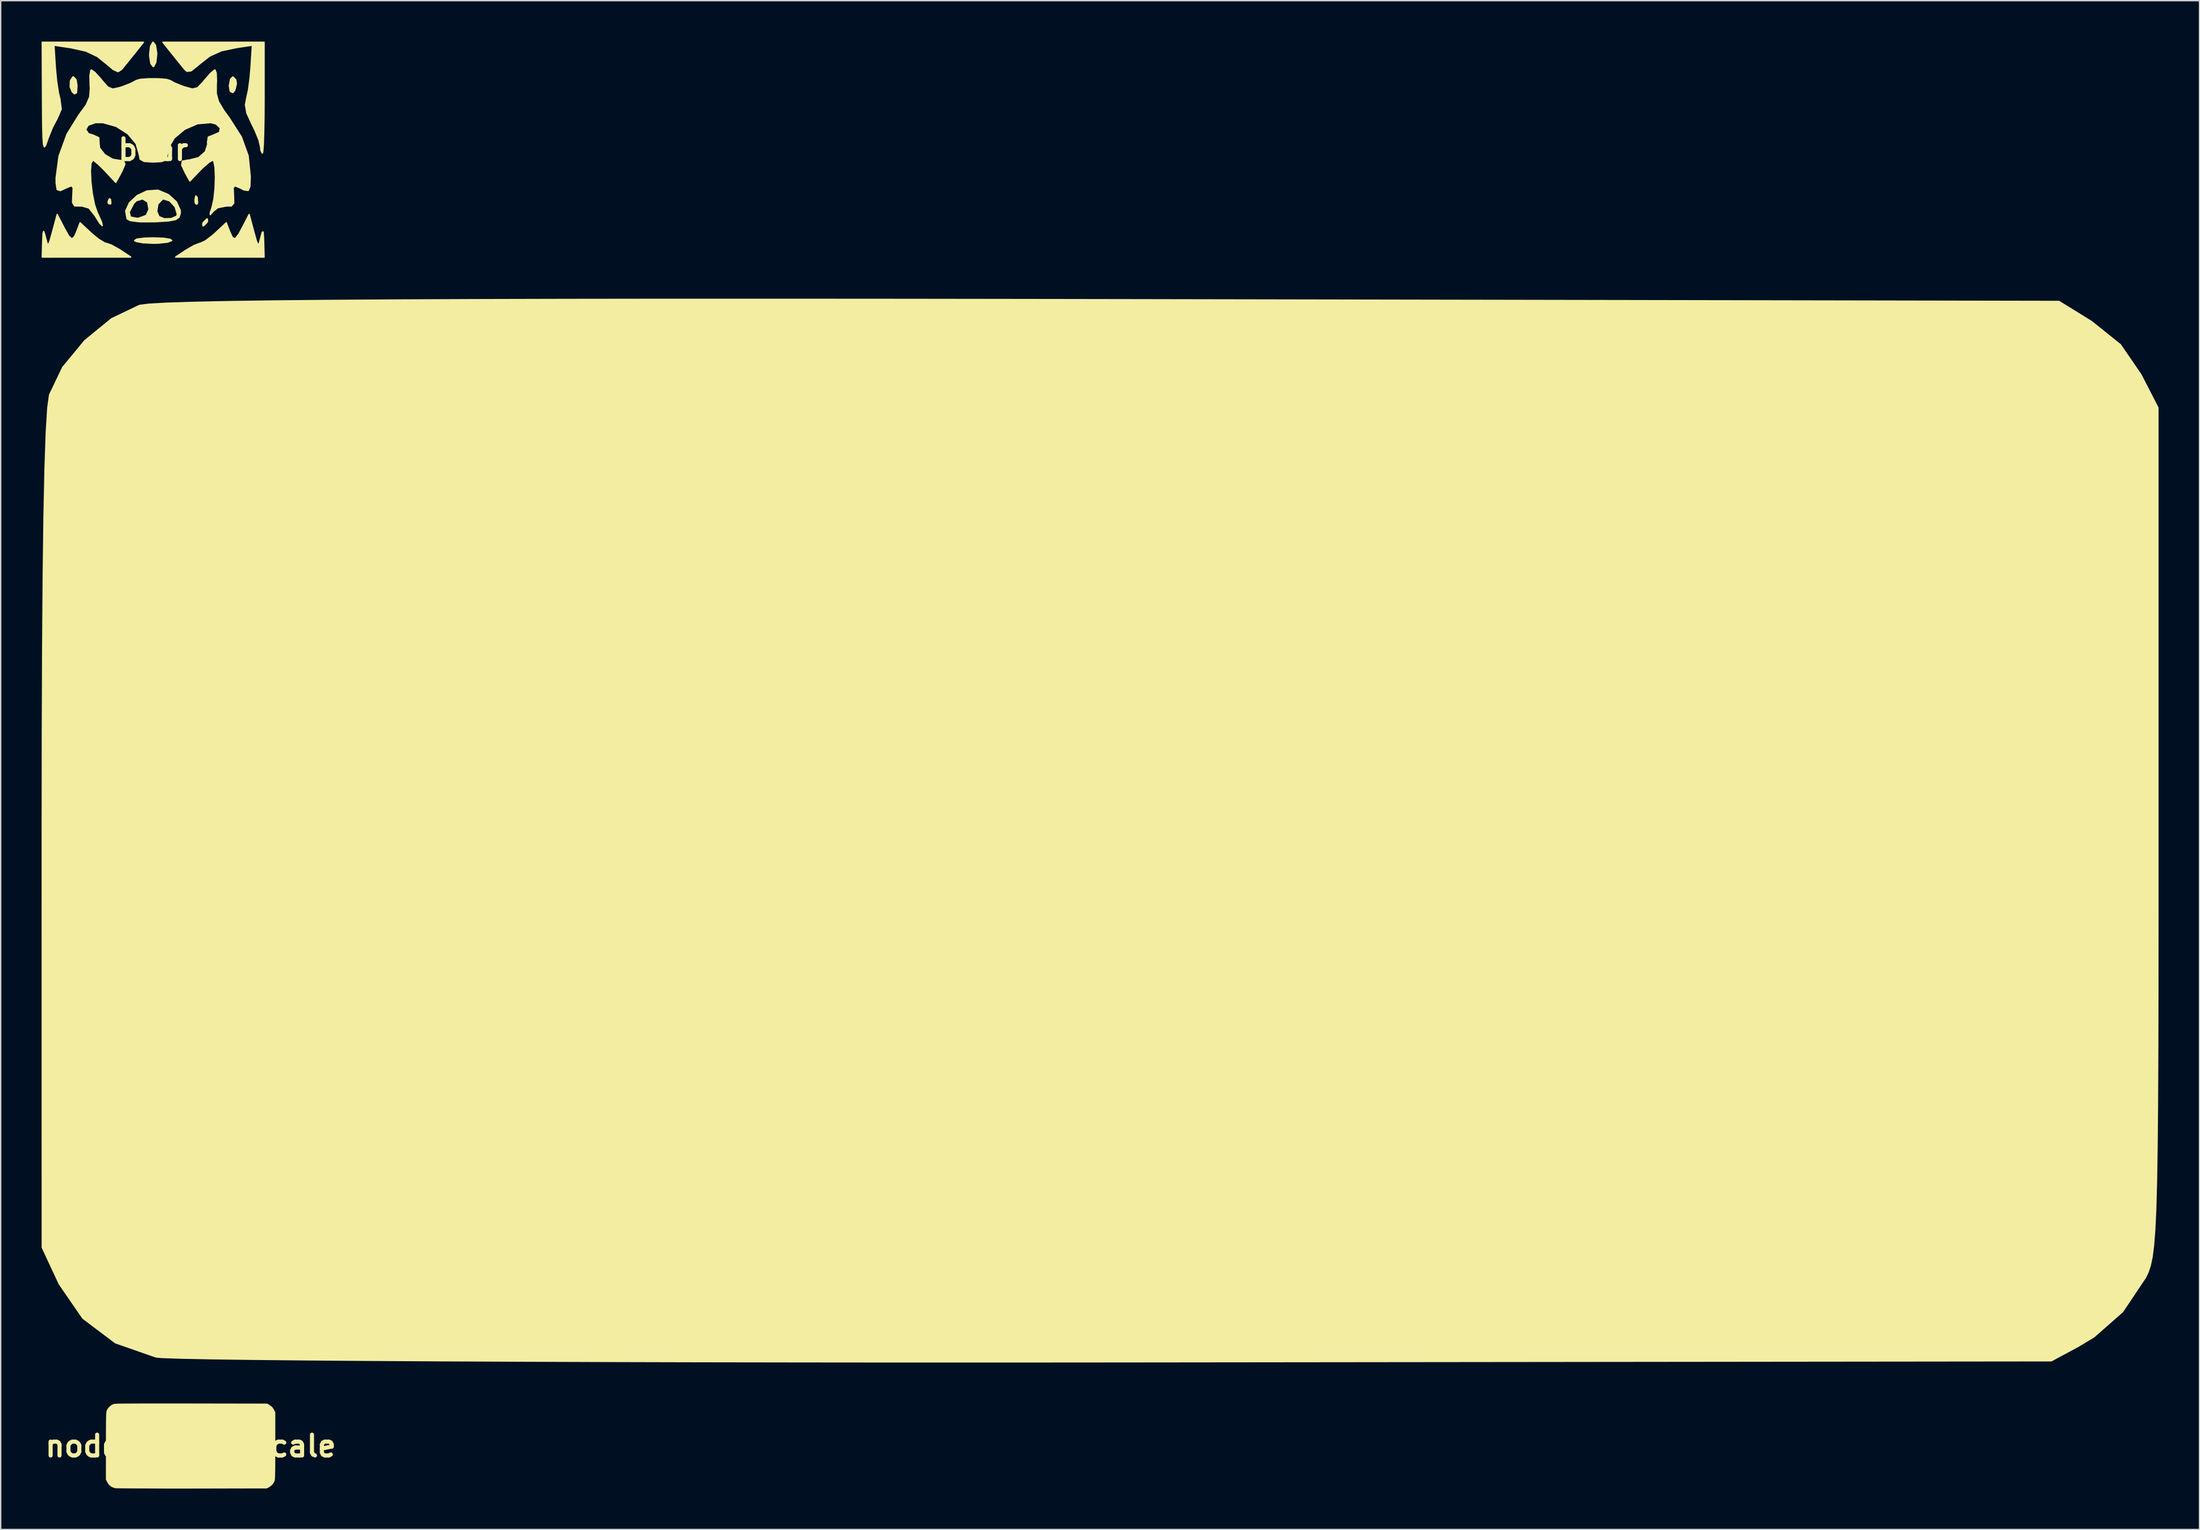
<source format=kicad_pcb>
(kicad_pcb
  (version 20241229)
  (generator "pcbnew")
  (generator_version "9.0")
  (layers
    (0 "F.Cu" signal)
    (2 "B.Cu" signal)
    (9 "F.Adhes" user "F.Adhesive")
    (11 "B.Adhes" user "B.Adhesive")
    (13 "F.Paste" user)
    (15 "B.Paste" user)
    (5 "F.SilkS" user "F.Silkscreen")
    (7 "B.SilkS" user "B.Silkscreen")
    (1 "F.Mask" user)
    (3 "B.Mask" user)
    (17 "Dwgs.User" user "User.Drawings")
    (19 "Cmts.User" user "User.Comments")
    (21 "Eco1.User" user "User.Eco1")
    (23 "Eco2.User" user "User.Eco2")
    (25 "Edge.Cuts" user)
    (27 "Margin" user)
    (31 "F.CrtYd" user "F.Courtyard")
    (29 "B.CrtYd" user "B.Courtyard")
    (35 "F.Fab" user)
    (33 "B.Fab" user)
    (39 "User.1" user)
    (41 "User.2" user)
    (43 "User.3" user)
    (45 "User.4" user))
  (footprint "boar"
    (layer "F.Cu")
    (at 8.178 7.924)
    (property "Reference" "boar" (at 0 0 0) (layer "F.SilkS") (effects (font (size 1.524 1.524) (thickness 0.3))))
    (attr through_hole)
    (fp_poly (pts (xy -3.102 3.942) (xy -3.133 3.979) (xy -3.284 3.944) (xy -3.302 3.81) (xy -3.209 3.601) (xy -3.133 3.641) (xy -3.102 3.942)) (stroke (width 0.1) (type solid)) (fill yes) (layer "F.SilkS"))
    (fp_poly (pts (xy 3.252 3.905) (xy 3.201 3.995) (xy 3.086 3.919) (xy 3.068 3.662) (xy 3.13 3.391) (xy 3.222 3.508) (xy 3.252 3.905)) (stroke (width 0.1) (type solid)) (fill yes) (layer "F.SilkS"))
    (fp_poly (pts (xy 3.984 5.244) (xy 3.937 5.334) (xy 3.698 5.577) (xy 3.653 5.588) (xy 3.636 5.424) (xy 3.683 5.334) (xy 3.922 5.091) (xy 3.967 5.08) (xy 3.984 5.244)) (stroke (width 0.1) (type solid)) (fill yes) (layer "F.SilkS"))
    (fp_poly (pts (xy 6.096 -4.841) (xy 5.979 -4.355) (xy 5.842 -4.191) (xy 5.654 -4.281) (xy 5.588 -4.684) (xy 5.673 -5.168) (xy 5.842 -5.334) (xy 6.05 -5.122) (xy 6.096 -4.841)) (stroke (width 0.1) (type solid)) (fill yes) (layer "F.SilkS"))
    (fp_poly (pts (xy -5.588 -4.699) (xy -5.622 -4.182) (xy -5.761 -4.097) (xy -5.927 -4.233) (xy -6.081 -4.606) (xy -6.063 -5.056) (xy -5.892 -5.325) (xy -5.842 -5.334) (xy -5.651 -5.117) (xy -5.588 -4.699)) (stroke (width 0.1) (type solid)) (fill yes) (layer "F.SilkS"))
    (fp_poly (pts (xy 0.254 -6.985) (xy 0.19 -6.397) (xy 0.033 -6.104) (xy 0 -6.096) (xy -0.168 -6.319) (xy -0.252 -6.868) (xy -0.254 -6.985) (xy -0.19 -7.573) (xy -0.033 -7.866) (xy 0 -7.874) (xy 0.168 -7.651) (xy 0.252 -7.102) (xy 0.254 -6.985)) (stroke (width 0.1) (type solid)) (fill yes) (layer "F.SilkS"))
    (fp_poly (pts (xy 1.36 6.663) (xy 1.057 6.777) (xy 0.421 6.847) (xy 0 6.858) (xy -0.744 6.821) (xy -1.249 6.728) (xy -1.36 6.663) (xy -1.198 6.56) (xy -0.653 6.489) (xy 0 6.469) (xy 0.766 6.498) (xy 1.255 6.576) (xy 1.36 6.663)) (stroke (width 0.1) (type solid)) (fill yes) (layer "F.SilkS"))
    (fp_poly (pts (xy -1.651 7.871) (xy -4.889 7.872) (xy -8.128 7.874) (xy -8.098 6.795) (xy -8.072 6.159) (xy -8.027 5.994) (xy -7.938 6.26) (xy -7.885 6.477) (xy -7.77 6.899) (xy -7.674 6.967) (xy -7.543 6.633) (xy -7.367 5.996) (xy -7.033 4.753) (xy -6.559 5.679) (xy -6.193 6.336) (xy -5.951 6.553) (xy -5.752 6.357) (xy -5.593 5.983) (xy -5.357 5.362) (xy -4.557 6.11) (xy -3.999 6.573) (xy -3.561 6.837) (xy -3.466 6.86) (xy -3.073 6.992) (xy -2.495 7.313) (xy -2.413 7.366) (xy -1.651 7.871)) (stroke (width 0.1) (type solid)) (fill yes) (layer "F.SilkS"))
    (fp_poly (pts (xy 8.128 7.874) (xy 4.889 7.872) (xy 1.651 7.871) (xy 2.413 7.366) (xy 2.999 7.027) (xy 3.431 6.863) (xy 3.466 6.86) (xy 3.818 6.697) (xy 4.353 6.293) (xy 4.557 6.11) (xy 5.357 5.362) (xy 5.593 5.983) (xy 5.811 6.456) (xy 6.014 6.533) (xy 6.284 6.189) (xy 6.559 5.679) (xy 7.033 4.753) (xy 7.367 5.996) (xy 7.567 6.71) (xy 7.689 6.982) (xy 7.785 6.857) (xy 7.885 6.477) (xy 7.999 6.05) (xy 8.058 6.039) (xy 8.088 6.484) (xy 8.098 6.795) (xy 8.128 7.874)) (stroke (width 0.1) (type solid)) (fill yes) (layer "F.SilkS"))
    (fp_poly (pts (xy -0.717 -7.874) (xy -1.378 -7.048) (xy -1.868 -6.44) (xy -2.256 -5.962) (xy -2.319 -5.885) (xy -2.58 -5.722) (xy -2.939 -5.888) (xy -3.267 -6.172) (xy -4.091 -6.835) (xy -4.934 -7.234) (xy -6.034 -7.478) (xy -6.114 -7.49) (xy -7.275 -7.664) (xy -7.176 -6.054) (xy -7.085 -5.068) (xy -6.951 -4.178) (xy -6.839 -3.704) (xy -6.744 -2.975) (xy -7.027 -2.313) (xy -7.387 -1.632) (xy -7.724 -0.793) (xy -7.774 -0.64) (xy -7.892 -0.307) (xy -7.978 -0.209) (xy -8.037 -0.399) (xy -8.075 -0.927) (xy -8.097 -1.844) (xy -8.108 -3.202) (xy -8.111 -3.747) (xy -8.128 -7.874) (xy -4.422 -7.874) (xy -0.717 -7.874)) (stroke (width 0.1) (type solid)) (fill yes) (layer "F.SilkS"))
    (fp_poly (pts (xy 8.128 -3.81) (xy 8.121 -2.438) (xy 8.1 -1.264) (xy 8.069 -0.372) (xy 8.029 0.151) (xy 8.001 0.254) (xy 7.895 0.042) (xy 7.874 -0.216) (xy 7.759 -0.704) (xy 7.465 -1.426) (xy 7.25 -1.86) (xy 6.872 -2.682) (xy 6.767 -3.287) (xy 6.852 -3.74) (xy 6.989 -4.374) (xy 7.111 -5.291) (xy 7.176 -6.054) (xy 7.275 -7.664) (xy 6.114 -7.49) (xy 4.991 -7.252) (xy 4.139 -6.866) (xy 3.321 -6.222) (xy 3.267 -6.172) (xy 2.781 -5.783) (xy 2.476 -5.748) (xy 2.319 -5.885) (xy 1.985 -6.295) (xy 1.505 -6.89) (xy 1.378 -7.048) (xy 0.717 -7.874) (xy 4.422 -7.874) (xy 8.128 -7.874) (xy 8.128 -3.81)) (stroke (width 0.1) (type solid)) (fill yes) (layer "F.SilkS"))
    (fp_poly (pts (xy 1.983 4.659) (xy 1.894 4.947) (xy 1.778 5.03) (xy 1.778 4.748) (xy 1.611 4.188) (xy 1.217 3.754) (xy 0.761 3.611) (xy 0.672 3.634) (xy 0.34 3.989) (xy 0.257 4.526) (xy 0.423 4.911) (xy 0.817 5.07) (xy 1.324 5.054) (xy 1.707 4.891) (xy 1.778 4.748) (xy 1.778 5.03) (xy 1.652 5.121) (xy 1.144 5.218) (xy 0.259 5.274) (xy 0.085 5.281) (xy -0.3 5.282) (xy -0.3 4.38) (xy -0.399 3.84) (xy -0.772 3.605) (xy -1.24 3.743) (xy -1.434 3.944) (xy -1.761 4.57) (xy -1.667 4.945) (xy -1.161 5.041) (xy -1.079 5.033) (xy -0.505 4.823) (xy -0.3 4.38) (xy -0.3 5.282) (xy -0.971 5.284) (xy -1.666 5.2) (xy -1.907 5.076) (xy -2.013 4.493) (xy -1.733 3.891) (xy -1.179 3.37) (xy -0.459 3.031) (xy 0.317 2.975) (xy 0.373 2.984) (xy 1.118 3.296) (xy 1.702 3.834) (xy 1.983 4.451) (xy 1.983 4.659)) (stroke (width 0.1) (type solid)) (fill yes) (layer "F.SilkS"))
    (fp_poly (pts (xy 7.111 1.968) (xy 7.089 2.69) (xy 6.966 2.988) (xy 6.659 2.947) (xy 6.315 2.775) (xy 5.975 2.639) (xy 5.859 2.809) (xy 5.887 3.347) (xy 5.902 3.917) (xy 5.73 4.126) (xy 5.364 4.125) (xy 4.733 4.252) (xy 4.41 4.506) (xy 4.19 4.758) (xy 4.186 4.625) (xy 4.317 4.238) (xy 4.454 3.634) (xy 4.538 2.842) (xy 4.567 2.012) (xy 4.537 1.296) (xy 4.447 0.843) (xy 4.366 0.762) (xy 4.076 0.93) (xy 3.601 1.35) (xy 3.424 1.529) (xy 2.69 2.295) (xy 2.37 1.719) (xy 2.091 1.128) (xy 2.14 0.844) (xy 2.548 0.763) (xy 2.649 0.762) (xy 3.33 0.585) (xy 3.831 0.148) (xy 4.004 -0.407) (xy 3.984 -0.532) (xy 4.046 -0.925) (xy 4.409 -1.065) (xy 4.869 -1.27) (xy 4.927 -1.593) (xy 4.612 -1.886) (xy 4.227 -1.988) (xy 3.243 -1.904) (xy 2.305 -1.496) (xy 1.544 -0.859) (xy 1.089 -0.088) (xy 1.016 0.358) (xy 0.941 0.711) (xy 0.626 0.867) (xy 0 0.901) (xy -0.661 0.861) (xy -0.953 0.692) (xy -1.016 0.358) (xy -1.248 -0.447) (xy -1.858 -1.17) (xy -2.716 -1.715) (xy -3.69 -1.988) (xy -4.227 -1.988) (xy -4.769 -1.794) (xy -4.95 -1.472) (xy -4.744 -1.174) (xy -4.396 -1.064) (xy -3.986 -0.873) (xy -3.982 -0.61) (xy -3.932 -0.122) (xy -3.549 0.365) (xy -2.984 0.699) (xy -2.628 0.762) (xy -2.179 0.818) (xy -2.076 1.056) (xy -2.294 1.58) (xy -2.396 1.769) (xy -2.743 2.394) (xy -3.505 1.578) (xy -4 1.082) (xy -4.35 0.793) (xy -4.42 0.762) (xy -4.558 0.987) (xy -4.603 1.568) (xy -4.567 2.365) (xy -4.463 3.236) (xy -4.301 4.041) (xy -4.095 4.639) (xy -4.091 4.645) (xy -3.787 5.308) (xy -3.735 5.566) (xy -3.912 5.396) (xy -4.266 4.828) (xy -4.708 4.274) (xy -5.235 4.123) (xy -5.334 4.129) (xy -5.76 4.118) (xy -5.908 3.873) (xy -5.887 3.347) (xy -5.86 2.792) (xy -5.986 2.64) (xy -6.315 2.775) (xy -6.804 2.999) (xy -7.037 2.92) (xy -7.108 2.455) (xy -7.112 2.078) (xy -6.899 0.476) (xy -6.31 -1.142) (xy -5.443 -2.538) (xy -4.905 -3.276) (xy -4.65 -3.862) (xy -4.601 -4.504) (xy -4.617 -4.761) (xy -4.633 -5.419) (xy -4.572 -5.802) (xy -4.529 -5.842) (xy -4.275 -5.661) (xy -3.864 -5.211) (xy -3.754 -5.075) (xy -3.325 -4.585) (xy -2.955 -4.439) (xy -2.412 -4.562) (xy -2.275 -4.608) (xy -1.663 -4.845) (xy -1.294 -5.036) (xy -1.27 -5.058) (xy -0.951 -5.152) (xy -0.331 -5.198) (xy 0.384 -5.197) (xy 0.988 -5.147) (xy 1.27 -5.058) (xy 1.574 -4.884) (xy 2.159 -4.649) (xy 2.275 -4.608) (xy 2.875 -4.443) (xy 3.259 -4.535) (xy 3.661 -4.956) (xy 3.754 -5.075) (xy 4.182 -5.569) (xy 4.488 -5.83) (xy 4.529 -5.842) (xy 4.618 -5.617) (xy 4.638 -5.05) (xy 4.623 -4.763) (xy 4.623 -4.1) (xy 4.782 -3.53) (xy 5.169 -2.876) (xy 5.566 -2.334) (xy 6.463 -0.93) (xy 6.958 0.445) (xy 7.111 1.963) (xy 7.111 1.968)) (stroke (width 0.1) (type solid)) (fill yes) (layer "F.SilkS")))
  (footprint "nodeNumber"
    (layer "F.Cu")
    (at 77.708 57.886)
    (property "Reference" "nodeNumber" (at 0 0 0) (layer "F.SilkS") (effects (font (size 1.524 1.524) (thickness 0.3))))
    (attr through_hole)
    (fp_poly (pts (xy 77.421 -0.013) (xy 77.42 6.277) (xy 77.415 11.664) (xy 77.404 16.223) (xy 77.385 20.03) (xy 77.356 23.158) (xy 77.315 25.683) (xy 77.26 27.678) (xy 77.188 29.219) (xy 77.098 30.38) (xy 76.988 31.236) (xy 76.855 31.862) (xy 76.697 32.332) (xy 76.513 32.72) (xy 76.509 32.727) (xy 74.827 35.237) (xy 72.721 37.086) (xy 71.56 37.781) (xy 69.606 38.833) (xy 1.221 38.907) (xy -6.925 38.913) (xy -14.824 38.913) (xy -22.417 38.906) (xy -29.647 38.895) (xy -36.457 38.878) (xy -42.789 38.856) (xy -48.586 38.829) (xy -53.79 38.798) (xy -58.345 38.763) (xy -62.191 38.724) (xy -65.273 38.682) (xy -67.532 38.636) (xy -68.911 38.588) (xy -69.32 38.552) (xy -72.298 37.511) (xy -74.68 35.715) (xy -76.406 33.21) (xy -76.476 33.062) (xy -77.656 30.529) (xy -77.658 0.244) (xy -77.65 -7.008) (xy -77.626 -13.301) (xy -77.586 -18.655) (xy -77.528 -23.088) (xy -77.453 -26.619) (xy -77.36 -29.265) (xy -77.25 -31.047) (xy -77.121 -31.981) (xy -77.118 -31.993) (xy -76.157 -34) (xy -74.545 -35.954) (xy -72.579 -37.562) (xy -70.557 -38.529) (xy -70.504 -38.544) (xy -69.866 -38.626) (xy -68.58 -38.7) (xy -66.619 -38.764) (xy -63.956 -38.821) (xy -60.566 -38.869) (xy -56.422 -38.908) (xy -51.497 -38.94) (xy -45.766 -38.963) (xy -39.202 -38.979) (xy -31.778 -38.988) (xy -23.468 -38.988) (xy -14.246 -38.982) (xy -4.086 -38.968) (xy 0.842 -38.96) (xy 70.171 -38.833) (xy 72.548 -37.363) (xy 74.671 -35.66) (xy 76.173 -33.468) (xy 77.421 -31.043) (xy 77.421 -0.013)) (stroke (width 0.1) (type solid)) (fill yes) (layer "F.SilkS")))
  (footprint "nodeNumber_scale"
    (layer "F.Cu")
    (at 10.929 102.972)
    (property "Reference" "nodeNumber_scale" (at 0 0 0) (layer "F.SilkS") (effects (font (size 1.524 1.524) (thickness 0.3))))
    (attr through_hole)
    (fp_poly (pts (xy 6.194 -0.001) (xy 6.194 0.502) (xy 6.193 0.933) (xy 6.192 1.298) (xy 6.191 1.602) (xy 6.188 1.853) (xy 6.185 2.055) (xy 6.181 2.214) (xy 6.175 2.338) (xy 6.168 2.43) (xy 6.159 2.499) (xy 6.148 2.549) (xy 6.136 2.587) (xy 6.121 2.618) (xy 6.121 2.618) (xy 5.986 2.819) (xy 5.818 2.967) (xy 5.725 3.022) (xy 5.568 3.107) (xy 0.098 3.113) (xy -0.554 3.113) (xy -1.186 3.113) (xy -1.793 3.113) (xy -2.372 3.112) (xy -2.917 3.11) (xy -3.423 3.108) (xy -3.887 3.106) (xy -4.303 3.104) (xy -4.668 3.101) (xy -4.975 3.098) (xy -5.222 3.095) (xy -5.403 3.091) (xy -5.513 3.087) (xy -5.546 3.084) (xy -5.784 3.001) (xy -5.974 2.857) (xy -6.112 2.657) (xy -6.118 2.645) (xy -6.212 2.442) (xy -6.213 0.02) (xy -6.212 -0.561) (xy -6.21 -1.064) (xy -6.207 -1.492) (xy -6.202 -1.847) (xy -6.196 -2.129) (xy -6.189 -2.341) (xy -6.18 -2.484) (xy -6.17 -2.558) (xy -6.169 -2.559) (xy -6.093 -2.72) (xy -5.964 -2.876) (xy -5.806 -3.005) (xy -5.645 -3.082) (xy -5.64 -3.084) (xy -5.589 -3.09) (xy -5.486 -3.096) (xy -5.329 -3.101) (xy -5.116 -3.106) (xy -4.845 -3.109) (xy -4.514 -3.113) (xy -4.12 -3.115) (xy -3.661 -3.117) (xy -3.136 -3.118) (xy -2.542 -3.119) (xy -1.877 -3.119) (xy -1.14 -3.119) (xy -0.327 -3.117) (xy 0.067 -3.117) (xy 5.614 -3.107) (xy 5.804 -2.989) (xy 5.974 -2.853) (xy 6.094 -2.677) (xy 6.194 -2.483) (xy 6.194 -0.001)) (stroke (width 0.008) (type solid)) (fill yes) (layer "F.SilkS")))
  (gr_rect
    (start -3 -3)
    (end 158.179 109.089)
    (stroke (width 0.1) (type default))
    (fill no)
    (layer "Edge.Cuts")))
</source>
